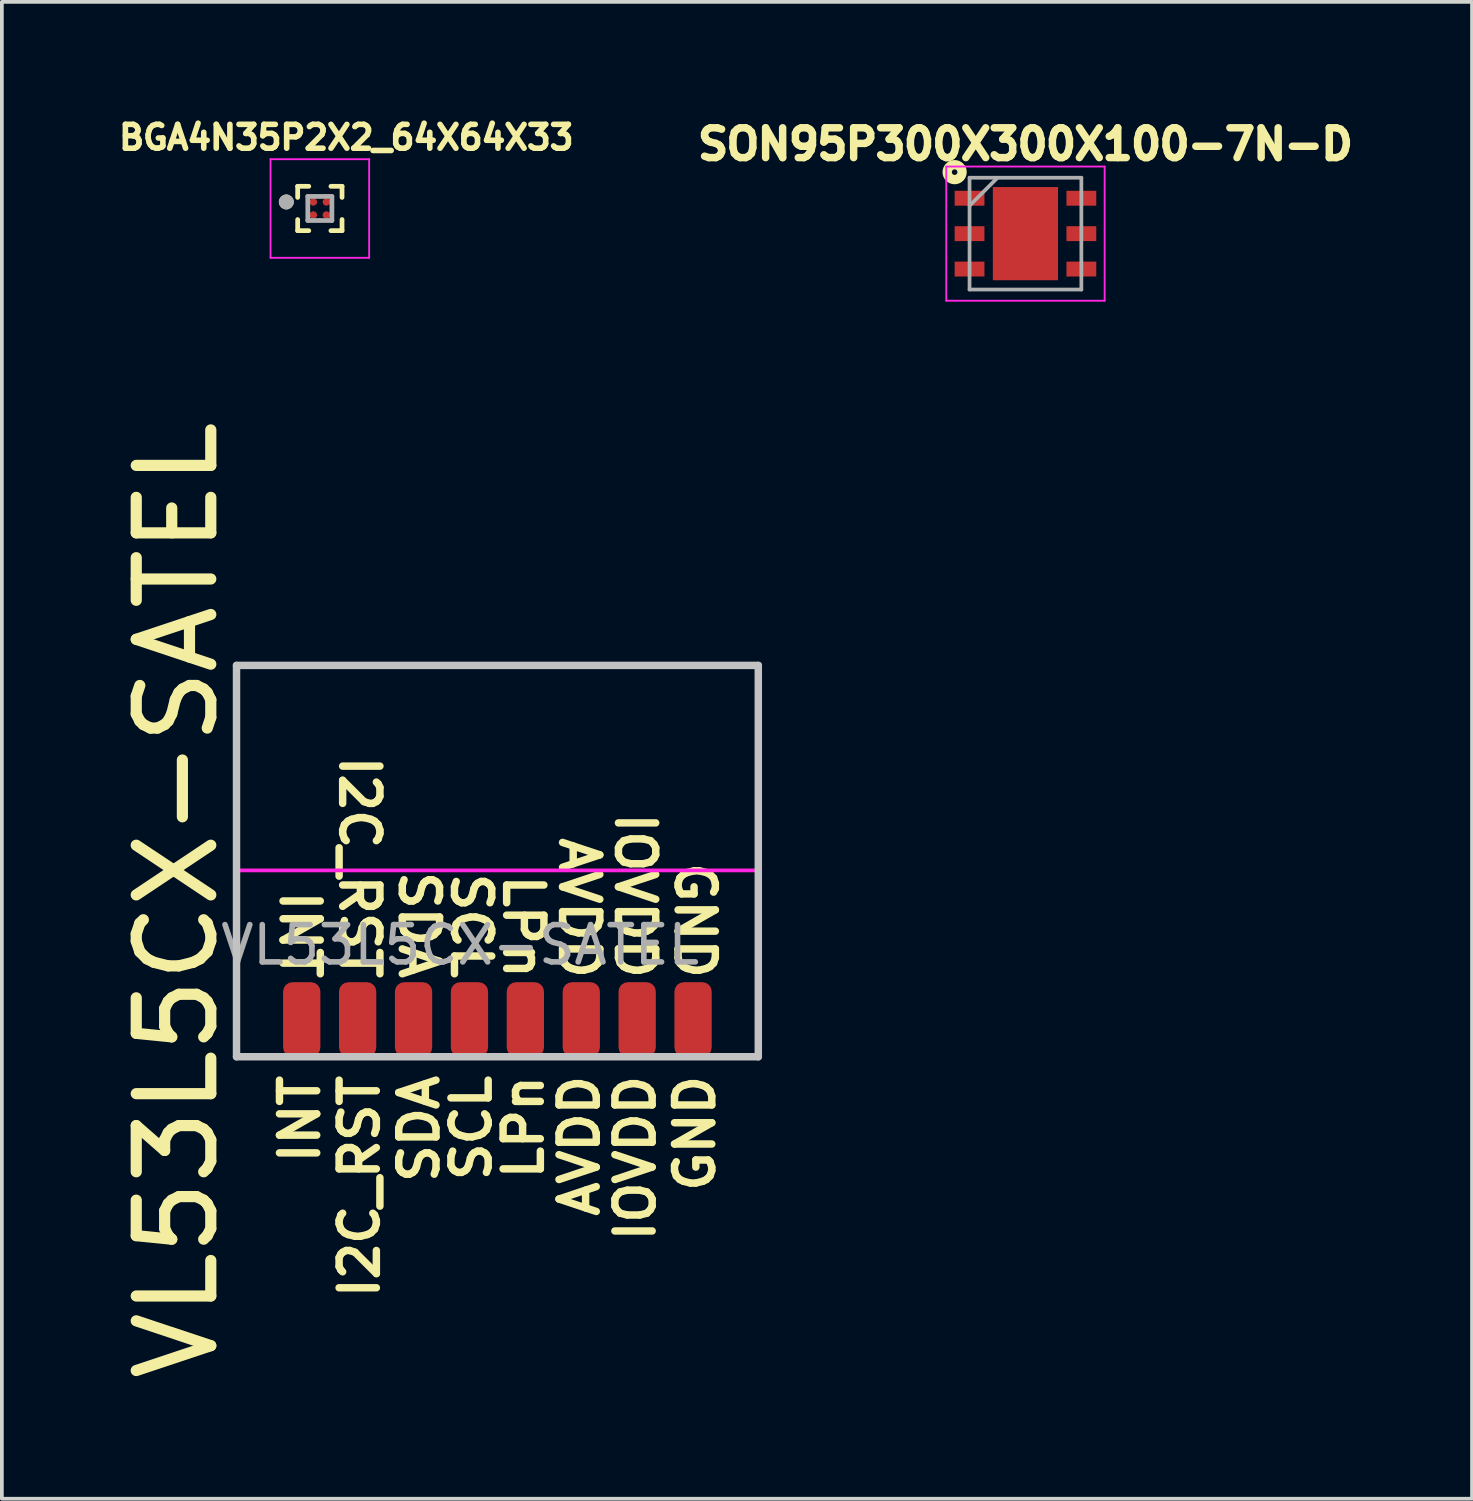
<source format=kicad_pcb>
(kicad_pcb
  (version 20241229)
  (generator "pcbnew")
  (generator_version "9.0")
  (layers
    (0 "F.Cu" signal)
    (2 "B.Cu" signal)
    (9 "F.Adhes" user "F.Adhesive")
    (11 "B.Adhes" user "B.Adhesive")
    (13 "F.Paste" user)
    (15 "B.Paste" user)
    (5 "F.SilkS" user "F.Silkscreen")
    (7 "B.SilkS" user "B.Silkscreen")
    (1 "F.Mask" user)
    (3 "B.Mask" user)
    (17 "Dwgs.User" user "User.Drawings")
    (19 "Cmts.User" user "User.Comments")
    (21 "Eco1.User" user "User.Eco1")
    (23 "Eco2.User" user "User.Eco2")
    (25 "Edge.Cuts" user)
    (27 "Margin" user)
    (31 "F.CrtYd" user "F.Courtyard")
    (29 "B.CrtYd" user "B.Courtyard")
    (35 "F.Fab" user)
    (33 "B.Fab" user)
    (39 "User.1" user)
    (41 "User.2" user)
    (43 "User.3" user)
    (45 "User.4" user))
  (footprint "SON95P300X300X100-7N-D"
    (layer "F.Cu")
    (at 24.464 3.219)
    (property "Reference" "SON95P300X300X100-7N-D" (at 0 -2.4 0) (layer "F.SilkS") (effects (font (size 0.8 0.8) (thickness 0.2))))
    (attr smd)
    (fp_circle (center -1.9 -1.65) (end -1.7 -1.65) (stroke (width 0.25) (type solid)) (fill no) (layer "F.SilkS"))
    (fp_line (start -2.125 -1.8) (end 2.125 -1.8) (stroke (width 0.05) (type solid)) (layer "F.CrtYd"))
    (fp_line (start -2.125 1.8) (end -2.125 -1.8) (stroke (width 0.05) (type solid)) (layer "F.CrtYd"))
    (fp_line (start 2.125 -1.8) (end 2.125 1.8) (stroke (width 0.05) (type solid)) (layer "F.CrtYd"))
    (fp_line (start 2.125 1.8) (end -2.125 1.8) (stroke (width 0.05) (type solid)) (layer "F.CrtYd"))
    (fp_line (start -1.5 -1.5) (end 1.5 -1.5) (stroke (width 0.1) (type solid)) (layer "F.Fab"))
    (fp_line (start -1.5 -0.75) (end -0.75 -1.5) (stroke (width 0.1) (type solid)) (layer "F.Fab"))
    (fp_line (start -1.5 1.5) (end -1.5 -1.5) (stroke (width 0.1) (type solid)) (layer "F.Fab"))
    (fp_line (start 1.5 -1.5) (end 1.5 1.5) (stroke (width 0.1) (type solid)) (layer "F.Fab"))
    (fp_line (start 1.5 1.5) (end -1.5 1.5) (stroke (width 0.1) (type solid)) (layer "F.Fab"))
    (pad "1" smd rect (at -1.5 -0.95 90) (size 0.4 0.8) (layers "F.Cu" "F.Mask" "F.Paste"))
    (pad "2" smd rect (at -1.5 0 90) (size 0.4 0.8) (layers "F.Cu" "F.Mask" "F.Paste"))
    (pad "3" smd rect (at -1.5 0.95 90) (size 0.4 0.8) (layers "F.Cu" "F.Mask" "F.Paste"))
    (pad "4" smd rect (at 1.5 0.95 90) (size 0.4 0.8) (layers "F.Cu" "F.Mask" "F.Paste"))
    (pad "5" smd rect (at 1.5 0 90) (size 0.4 0.8) (layers "F.Cu" "F.Mask" "F.Paste"))
    (pad "6" smd rect (at 1.5 -0.95 90) (size 0.4 0.8) (layers "F.Cu" "F.Mask" "F.Paste"))
    (pad "7" smd rect (at 0 0) (size 1.75 2.5) (layers "F.Cu" "F.Mask" "F.Paste")))
  (footprint "VL53L5CX-SATEL"
    (layer "F.Cu")
    (at 10.296 23.304)
    (property "Reference" "VL53L5CX-SATEL" (at -8.6 -2.2 90) (unlocked yes) (layer "F.SilkS") (effects (font (size 2 2) (thickness 0.3))))
    (attr smd)
    (fp_line (start -7 -8.5) (end 7 -8.5) (stroke (width 0.2) (type default)) (layer "Dwgs.User"))
    (fp_line (start -7 2) (end -7 -8.5) (stroke (width 0.2) (type default)) (layer "Dwgs.User"))
    (fp_line (start 7 -8.5) (end 7 2) (stroke (width 0.2) (type default)) (layer "Dwgs.User"))
    (fp_line (start 7 2) (end -7 2) (stroke (width 0.2) (type default)) (layer "Dwgs.User"))
    (fp_line (start -7 -3) (end -7 2) (stroke (width 0.1) (type default)) (layer "F.CrtYd"))
    (fp_line (start -7 2) (end 7 2) (stroke (width 0.1) (type default)) (layer "F.CrtYd"))
    (fp_line (start 7 -3) (end -7 -3) (stroke (width 0.1) (type default)) (layer "F.CrtYd"))
    (fp_line (start 7 2) (end 7 -3) (stroke (width 0.1) (type default)) (layer "F.CrtYd"))
    (fp_text user "IOVDD" (at 3.7 2.4 90) (unlocked yes) (layer "F.SilkS") (effects (font (size 1 1) (thickness 0.2) (bold yes)) (justify right)))
    (fp_text user "GND" (at 5.3 0 270) (unlocked yes) (layer "F.SilkS") (effects (font (size 1 1) (thickness 0.2) (bold yes)) (justify right)))
    (fp_text user "SDA" (at -2.1 2.4 90) (unlocked yes) (layer "F.SilkS") (effects (font (size 1 1) (thickness 0.2) (bold yes)) (justify right)))
    (fp_text user "SCL" (at -0.7 2.4 90) (unlocked yes) (layer "F.SilkS") (effects (font (size 1 1) (thickness 0.2) (bold yes)) (justify right)))
    (fp_text user "IOVDD" (at 3.7 0 270) (unlocked yes) (layer "F.SilkS") (effects (font (size 1 1) (thickness 0.2) (bold yes)) (justify right)))
    (fp_text user "AVDD" (at 2.2 2.4 90) (unlocked yes) (layer "F.SilkS") (effects (font (size 1 1) (thickness 0.2) (bold yes)) (justify right)))
    (fp_text user "GND" (at 5.3 2.4 90) (unlocked yes) (layer "F.SilkS") (effects (font (size 1 1) (thickness 0.2) (bold yes)) (justify right)))
    (fp_text user "INT" (at -5.3 0 270) (unlocked yes) (layer "F.SilkS") (effects (font (size 1 1) (thickness 0.2) (bold yes)) (justify right)))
    (fp_text user "LPn" (at 0.7 0 270) (unlocked yes) (layer "F.SilkS") (effects (font (size 1 1) (thickness 0.2) (bold yes)) (justify right)))
    (fp_text user "I2C_RST" (at -3.7 2.4 90) (unlocked yes) (layer "F.SilkS") (effects (font (size 1 1) (thickness 0.2) (bold yes)) (justify right)))
    (fp_text user "SDA" (at -2.1 0 270) (unlocked yes) (layer "F.SilkS") (effects (font (size 1 1) (thickness 0.2) (bold yes)) (justify right)))
    (fp_text user "I2C_RST" (at -3.7 0 270) (unlocked yes) (layer "F.SilkS") (effects (font (size 1 1) (thickness 0.2) (bold yes)) (justify right)))
    (fp_text user "LPn" (at 0.7 2.4 90) (unlocked yes) (layer "F.SilkS") (effects (font (size 1 1) (thickness 0.2) (bold yes)) (justify right)))
    (fp_text user "AVDD" (at 2.2 0 270) (unlocked yes) (layer "F.SilkS") (effects (font (size 1 1) (thickness 0.2) (bold yes)) (justify right)))
    (fp_text user "SCL" (at -0.7 0 270) (unlocked yes) (layer "F.SilkS") (effects (font (size 1 1) (thickness 0.2) (bold yes)) (justify right)))
    (fp_text user "INT" (at -5.3 2.4 90) (unlocked yes) (layer "F.SilkS") (effects (font (size 1 1) (thickness 0.2) (bold yes)) (justify right)))
    (fp_text user "${REFERENCE}" (at -1 -1 0) (unlocked yes) (layer "F.Fab") (effects (font (size 1 1) (thickness 0.15))))
    (pad "1" smd roundrect (at -5.25 1 180) (size 1 2) (layers "F.Cu" "F.Mask" "F.Paste") (roundrect_rratio 0.25))
    (pad "2" smd roundrect (at -3.75 1 180) (size 1 2) (layers "F.Cu" "F.Mask" "F.Paste") (roundrect_rratio 0.25))
    (pad "3" smd roundrect (at -2.25 1 180) (size 1 2) (layers "F.Cu" "F.Mask" "F.Paste") (roundrect_rratio 0.25))
    (pad "4" smd roundrect (at -0.75 1 180) (size 1 2) (layers "F.Cu" "F.Mask" "F.Paste") (roundrect_rratio 0.25))
    (pad "5" smd roundrect (at 0.75 1 180) (size 1 2) (layers "F.Cu" "F.Mask" "F.Paste") (roundrect_rratio 0.25))
    (pad "6" smd roundrect (at 2.25 1 180) (size 1 2) (layers "F.Cu" "F.Mask" "F.Paste") (roundrect_rratio 0.25))
    (pad "7" smd roundrect (at 3.75 1 180) (size 1 2) (layers "F.Cu" "F.Mask" "F.Paste") (roundrect_rratio 0.25))
    (pad "8" smd roundrect (at 5.25 1 180) (size 1 2) (layers "F.Cu" "F.Mask" "F.Paste") (roundrect_rratio 0.25)))
  (footprint "BGA4N35P2X2_64X64X33"
    (layer "F.Cu")
    (at 5.532 2.544)
    (property "Reference" "BGA4N35P2X2_64X64X33" (at 0.71 -1.906 0) (layer "F.SilkS") (effects (font (size 0.64 0.64) (thickness 0.15))))
    (attr through_hole)
    (fp_circle (center -0.175 -0.175) (end -0.1 -0.175) (stroke (width 0.15) (type solid)) (fill no) (layer "F.Mask"))
    (fp_circle (center -0.175 0.175) (end -0.1 0.175) (stroke (width 0.15) (type solid)) (fill no) (layer "F.Mask"))
    (fp_circle (center 0.175 -0.175) (end 0.25 -0.175) (stroke (width 0.15) (type solid)) (fill no) (layer "F.Mask"))
    (fp_circle (center 0.175 0.175) (end 0.25 0.175) (stroke (width 0.15) (type solid)) (fill no) (layer "F.Mask"))
    (fp_line (start -0.595 -0.595) (end -0.595 -0.297) (stroke (width 0.127) (type solid)) (layer "F.SilkS"))
    (fp_line (start -0.595 -0.595) (end -0.297 -0.595) (stroke (width 0.127) (type solid)) (layer "F.SilkS"))
    (fp_line (start -0.595 0.595) (end -0.595 0.297) (stroke (width 0.127) (type solid)) (layer "F.SilkS"))
    (fp_line (start -0.595 0.595) (end -0.297 0.595) (stroke (width 0.127) (type solid)) (layer "F.SilkS"))
    (fp_line (start 0.595 -0.595) (end 0.297 -0.595) (stroke (width 0.127) (type solid)) (layer "F.SilkS"))
    (fp_line (start 0.595 -0.595) (end 0.595 -0.297) (stroke (width 0.127) (type solid)) (layer "F.SilkS"))
    (fp_line (start 0.595 0.595) (end 0.297 0.595) (stroke (width 0.127) (type solid)) (layer "F.SilkS"))
    (fp_line (start 0.595 0.595) (end 0.595 0.297) (stroke (width 0.127) (type solid)) (layer "F.SilkS"))
    (fp_circle (center -0.9 -0.175) (end -0.8 -0.175) (stroke (width 0.2) (type solid)) (fill no) (layer "F.SilkS"))
    (fp_line (start -1.323 -1.323) (end 1.323 -1.323) (stroke (width 0.05) (type solid)) (layer "F.CrtYd"))
    (fp_line (start -1.323 1.323) (end -1.323 -1.323) (stroke (width 0.05) (type solid)) (layer "F.CrtYd"))
    (fp_line (start -1.323 1.323) (end 1.323 1.323) (stroke (width 0.05) (type solid)) (layer "F.CrtYd"))
    (fp_line (start 1.323 1.323) (end 1.323 -1.323) (stroke (width 0.05) (type solid)) (layer "F.CrtYd"))
    (fp_line (start -0.323 0.323) (end -0.323 -0.323) (stroke (width 0.127) (type solid)) (layer "F.Fab"))
    (fp_line (start 0.323 -0.323) (end -0.323 -0.323) (stroke (width 0.127) (type solid)) (layer "F.Fab"))
    (fp_line (start 0.323 0.323) (end -0.323 0.323) (stroke (width 0.127) (type solid)) (layer "F.Fab"))
    (fp_line (start 0.323 0.323) (end 0.323 -0.323) (stroke (width 0.127) (type solid)) (layer "F.Fab"))
    (fp_circle (center -0.9 -0.175) (end -0.8 -0.175) (stroke (width 0.2) (type solid)) (fill no) (layer "F.Fab"))
    (pad "A1" smd circle (at -0.175 -0.175) (size 0.2 0.2) (layers "F.Cu" "F.Paste"))
    (pad "A2" smd circle (at 0.175 -0.175) (size 0.2 0.2) (layers "F.Cu" "F.Paste"))
    (pad "B1" smd circle (at -0.175 0.175) (size 0.2 0.2) (layers "F.Cu" "F.Paste"))
    (pad "B2" smd circle (at 0.175 0.175) (size 0.2 0.2) (layers "F.Cu" "F.Paste")))
  (gr_rect
    (start -3 -3)
    (end 36.446 37.163)
    (stroke (width 0.1) (type default))
    (fill no)
    (layer "Edge.Cuts")))
</source>
